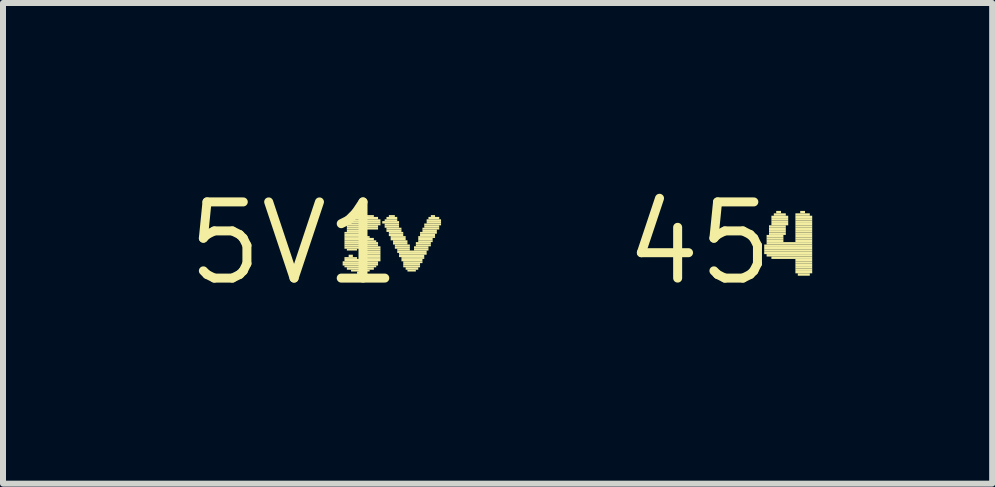
<source format=kicad_pcb>
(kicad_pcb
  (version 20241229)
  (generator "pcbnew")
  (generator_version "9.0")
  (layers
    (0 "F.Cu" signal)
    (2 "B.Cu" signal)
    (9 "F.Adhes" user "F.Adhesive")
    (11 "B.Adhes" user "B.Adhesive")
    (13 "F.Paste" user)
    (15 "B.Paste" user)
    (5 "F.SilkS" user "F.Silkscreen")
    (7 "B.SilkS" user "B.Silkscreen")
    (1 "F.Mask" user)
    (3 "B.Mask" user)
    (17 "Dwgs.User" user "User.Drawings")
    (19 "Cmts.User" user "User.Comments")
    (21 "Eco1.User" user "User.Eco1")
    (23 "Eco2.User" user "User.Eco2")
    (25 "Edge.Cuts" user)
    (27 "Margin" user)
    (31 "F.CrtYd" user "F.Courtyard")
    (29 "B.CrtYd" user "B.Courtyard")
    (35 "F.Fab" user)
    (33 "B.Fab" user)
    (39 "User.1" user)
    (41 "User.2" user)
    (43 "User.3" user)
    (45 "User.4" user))
  (footprint "5V1"
    (layer "F.Cu")
    (at 1.852 1.006)
    (property "Reference" "5V1" (at 0 0 0) (layer "F.SilkS") (effects (font (size 1.27 1.27) (thickness 0.15))))
    (attr through_hole)
    (fp_poly (pts (xy 0.81 0.33) (xy 1.4 0.33) (xy 1.4 0.3) (xy 0.81 0.3)) (stroke (width 0) (type solid)) (fill yes) (layer "F.SilkS"))
    (fp_poly (pts (xy 0.81 0.37) (xy 1.4 0.37) (xy 1.4 0.33) (xy 0.81 0.33)) (stroke (width 0) (type solid)) (fill yes) (layer "F.SilkS"))
    (fp_poly (pts (xy 0.84 -0.16) (xy 1.09 -0.16) (xy 1.09 -0.19) (xy 0.84 -0.19)) (stroke (width 0) (type solid)) (fill yes) (layer "F.SilkS"))
    (fp_poly (pts (xy 0.84 -0.12) (xy 1.16 -0.12) (xy 1.16 -0.16) (xy 0.84 -0.16)) (stroke (width 0) (type solid)) (fill yes) (layer "F.SilkS"))
    (fp_poly (pts (xy 0.84 -0.09) (xy 1.26 -0.09) (xy 1.26 -0.12) (xy 0.84 -0.12)) (stroke (width 0) (type solid)) (fill yes) (layer "F.SilkS"))
    (fp_poly (pts (xy 0.84 -0.05) (xy 1.33 -0.05) (xy 1.33 -0.09) (xy 0.84 -0.09)) (stroke (width 0) (type solid)) (fill yes) (layer "F.SilkS"))
    (fp_poly (pts (xy 0.84 -0.02) (xy 1.37 -0.02) (xy 1.37 -0.05) (xy 0.84 -0.05)) (stroke (width 0) (type solid)) (fill yes) (layer "F.SilkS"))
    (fp_poly (pts (xy 0.84 0.02) (xy 1.4 0.02) (xy 1.4 -0.02) (xy 0.84 -0.02)) (stroke (width 0) (type solid)) (fill yes) (layer "F.SilkS"))
    (fp_poly (pts (xy 0.84 0.05) (xy 1.4 0.05) (xy 1.4 0.02) (xy 0.84 0.02)) (stroke (width 0) (type solid)) (fill yes) (layer "F.SilkS"))
    (fp_poly (pts (xy 0.84 0.09) (xy 1.44 0.09) (xy 1.44 0.05) (xy 0.84 0.05)) (stroke (width 0) (type solid)) (fill yes) (layer "F.SilkS"))
    (fp_poly (pts (xy 0.84 0.26) (xy 1.05 0.26) (xy 1.05 0.23) (xy 0.84 0.23)) (stroke (width 0) (type solid)) (fill yes) (layer "F.SilkS"))
    (fp_poly (pts (xy 0.84 0.3) (xy 1.44 0.3) (xy 1.44 0.26) (xy 0.84 0.26)) (stroke (width 0) (type solid)) (fill yes) (layer "F.SilkS"))
    (fp_poly (pts (xy 0.84 0.4) (xy 1.37 0.4) (xy 1.37 0.37) (xy 0.84 0.37)) (stroke (width 0) (type solid)) (fill yes) (layer "F.SilkS"))
    (fp_poly (pts (xy 0.88 -0.37) (xy 1.44 -0.37) (xy 1.44 -0.4) (xy 0.88 -0.4)) (stroke (width 0) (type solid)) (fill yes) (layer "F.SilkS"))
    (fp_poly (pts (xy 0.88 -0.33) (xy 1.44 -0.33) (xy 1.44 -0.37) (xy 0.88 -0.37)) (stroke (width 0) (type solid)) (fill yes) (layer "F.SilkS"))
    (fp_poly (pts (xy 0.88 -0.3) (xy 1.44 -0.3) (xy 1.44 -0.33) (xy 0.88 -0.33)) (stroke (width 0) (type solid)) (fill yes) (layer "F.SilkS"))
    (fp_poly (pts (xy 0.88 -0.26) (xy 1.4 -0.26) (xy 1.4 -0.3) (xy 0.88 -0.3)) (stroke (width 0) (type solid)) (fill yes) (layer "F.SilkS"))
    (fp_poly (pts (xy 0.88 -0.23) (xy 1.4 -0.23) (xy 1.4 -0.26) (xy 0.88 -0.26)) (stroke (width 0) (type solid)) (fill yes) (layer "F.SilkS"))
    (fp_poly (pts (xy 0.88 -0.19) (xy 1.09 -0.19) (xy 1.09 -0.23) (xy 0.88 -0.23)) (stroke (width 0) (type solid)) (fill yes) (layer "F.SilkS"))
    (fp_poly (pts (xy 0.88 0.12) (xy 1.05 0.12) (xy 1.05 0.09) (xy 0.88 0.09)) (stroke (width 0) (type solid)) (fill yes) (layer "F.SilkS"))
    (fp_poly (pts (xy 0.88 0.44) (xy 1.33 0.44) (xy 1.33 0.4) (xy 0.88 0.4)) (stroke (width 0) (type solid)) (fill yes) (layer "F.SilkS"))
    (fp_poly (pts (xy 0.91 -0.4) (xy 1.4 -0.4) (xy 1.4 -0.44) (xy 0.91 -0.44)) (stroke (width 0) (type solid)) (fill yes) (layer "F.SilkS"))
    (fp_poly (pts (xy 0.91 0.23) (xy 0.98 0.23) (xy 0.98 0.19) (xy 0.91 0.19)) (stroke (width 0) (type solid)) (fill yes) (layer "F.SilkS"))
    (fp_poly (pts (xy 0.95 0.47) (xy 1.26 0.47) (xy 1.26 0.44) (xy 0.95 0.44)) (stroke (width 0) (type solid)) (fill yes) (layer "F.SilkS"))
    (fp_poly (pts (xy 0.98 -0.44) (xy 1.33 -0.44) (xy 1.33 -0.47) (xy 0.98 -0.47)) (stroke (width 0) (type solid)) (fill yes) (layer "F.SilkS"))
    (fp_poly (pts (xy 1.05 0.51) (xy 1.19 0.51) (xy 1.19 0.47) (xy 1.05 0.47)) (stroke (width 0) (type solid)) (fill yes) (layer "F.SilkS"))
    (fp_poly (pts (xy 1.16 0.12) (xy 1.44 0.12) (xy 1.44 0.09) (xy 1.16 0.09)) (stroke (width 0) (type solid)) (fill yes) (layer "F.SilkS"))
    (fp_poly (pts (xy 1.16 0.26) (xy 1.44 0.26) (xy 1.44 0.23) (xy 1.16 0.23)) (stroke (width 0) (type solid)) (fill yes) (layer "F.SilkS"))
    (fp_poly (pts (xy 1.19 0.16) (xy 1.44 0.16) (xy 1.44 0.12) (xy 1.19 0.12)) (stroke (width 0) (type solid)) (fill yes) (layer "F.SilkS"))
    (fp_poly (pts (xy 1.19 0.19) (xy 1.44 0.19) (xy 1.44 0.16) (xy 1.19 0.16)) (stroke (width 0) (type solid)) (fill yes) (layer "F.SilkS"))
    (fp_poly (pts (xy 1.19 0.23) (xy 1.44 0.23) (xy 1.44 0.19) (xy 1.19 0.19)) (stroke (width 0) (type solid)) (fill yes) (layer "F.SilkS"))
    (fp_poly (pts (xy 1.47 -0.33) (xy 1.75 -0.33) (xy 1.75 -0.37) (xy 1.47 -0.37)) (stroke (width 0) (type solid)) (fill yes) (layer "F.SilkS"))
    (fp_poly (pts (xy 1.51 -0.37) (xy 1.72 -0.37) (xy 1.72 -0.4) (xy 1.51 -0.4)) (stroke (width 0) (type solid)) (fill yes) (layer "F.SilkS"))
    (fp_poly (pts (xy 1.51 -0.3) (xy 1.75 -0.3) (xy 1.75 -0.33) (xy 1.51 -0.33)) (stroke (width 0) (type solid)) (fill yes) (layer "F.SilkS"))
    (fp_poly (pts (xy 1.51 -0.26) (xy 1.75 -0.26) (xy 1.75 -0.3) (xy 1.51 -0.3)) (stroke (width 0) (type solid)) (fill yes) (layer "F.SilkS"))
    (fp_poly (pts (xy 1.54 -0.4) (xy 1.72 -0.4) (xy 1.72 -0.44) (xy 1.54 -0.44)) (stroke (width 0) (type solid)) (fill yes) (layer "F.SilkS"))
    (fp_poly (pts (xy 1.54 -0.23) (xy 1.79 -0.23) (xy 1.79 -0.26) (xy 1.54 -0.26)) (stroke (width 0) (type solid)) (fill yes) (layer "F.SilkS"))
    (fp_poly (pts (xy 1.54 -0.19) (xy 1.79 -0.19) (xy 1.79 -0.23) (xy 1.54 -0.23)) (stroke (width 0) (type solid)) (fill yes) (layer "F.SilkS"))
    (fp_poly (pts (xy 1.58 -0.44) (xy 1.68 -0.44) (xy 1.68 -0.47) (xy 1.58 -0.47)) (stroke (width 0) (type solid)) (fill yes) (layer "F.SilkS"))
    (fp_poly (pts (xy 1.58 -0.16) (xy 1.82 -0.16) (xy 1.82 -0.19) (xy 1.58 -0.19)) (stroke (width 0) (type solid)) (fill yes) (layer "F.SilkS"))
    (fp_poly (pts (xy 1.58 -0.12) (xy 1.82 -0.12) (xy 1.82 -0.16) (xy 1.58 -0.16)) (stroke (width 0) (type solid)) (fill yes) (layer "F.SilkS"))
    (fp_poly (pts (xy 1.61 -0.09) (xy 1.86 -0.09) (xy 1.86 -0.12) (xy 1.61 -0.12)) (stroke (width 0) (type solid)) (fill yes) (layer "F.SilkS"))
    (fp_poly (pts (xy 1.61 -0.05) (xy 1.86 -0.05) (xy 1.86 -0.09) (xy 1.61 -0.09)) (stroke (width 0) (type solid)) (fill yes) (layer "F.SilkS"))
    (fp_poly (pts (xy 1.65 -0.02) (xy 1.89 -0.02) (xy 1.89 -0.05) (xy 1.65 -0.05)) (stroke (width 0) (type solid)) (fill yes) (layer "F.SilkS"))
    (fp_poly (pts (xy 1.65 0.02) (xy 1.89 0.02) (xy 1.89 -0.02) (xy 1.65 -0.02)) (stroke (width 0) (type solid)) (fill yes) (layer "F.SilkS"))
    (fp_poly (pts (xy 1.68 0.05) (xy 1.93 0.05) (xy 1.93 0.02) (xy 1.68 0.02)) (stroke (width 0) (type solid)) (fill yes) (layer "F.SilkS"))
    (fp_poly (pts (xy 1.68 0.09) (xy 1.93 0.09) (xy 1.93 0.05) (xy 1.68 0.05)) (stroke (width 0) (type solid)) (fill yes) (layer "F.SilkS"))
    (fp_poly (pts (xy 1.72 0.12) (xy 1.93 0.12) (xy 1.93 0.09) (xy 1.72 0.09)) (stroke (width 0) (type solid)) (fill yes) (layer "F.SilkS"))
    (fp_poly (pts (xy 1.72 0.16) (xy 2.21 0.16) (xy 2.21 0.12) (xy 1.72 0.12)) (stroke (width 0) (type solid)) (fill yes) (layer "F.SilkS"))
    (fp_poly (pts (xy 1.75 0.19) (xy 2.21 0.19) (xy 2.21 0.16) (xy 1.75 0.16)) (stroke (width 0) (type solid)) (fill yes) (layer "F.SilkS"))
    (fp_poly (pts (xy 1.75 0.23) (xy 2.17 0.23) (xy 2.17 0.19) (xy 1.75 0.19)) (stroke (width 0) (type solid)) (fill yes) (layer "F.SilkS"))
    (fp_poly (pts (xy 1.79 0.26) (xy 2.17 0.26) (xy 2.17 0.23) (xy 1.79 0.23)) (stroke (width 0) (type solid)) (fill yes) (layer "F.SilkS"))
    (fp_poly (pts (xy 1.79 0.3) (xy 2.14 0.3) (xy 2.14 0.26) (xy 1.79 0.26)) (stroke (width 0) (type solid)) (fill yes) (layer "F.SilkS"))
    (fp_poly (pts (xy 1.82 0.33) (xy 2.14 0.33) (xy 2.14 0.3) (xy 1.82 0.3)) (stroke (width 0) (type solid)) (fill yes) (layer "F.SilkS"))
    (fp_poly (pts (xy 1.82 0.37) (xy 2.1 0.37) (xy 2.1 0.33) (xy 1.82 0.33)) (stroke (width 0) (type solid)) (fill yes) (layer "F.SilkS"))
    (fp_poly (pts (xy 1.82 0.4) (xy 2.1 0.4) (xy 2.1 0.37) (xy 1.82 0.37)) (stroke (width 0) (type solid)) (fill yes) (layer "F.SilkS"))
    (fp_poly (pts (xy 1.86 0.44) (xy 2.07 0.44) (xy 2.07 0.4) (xy 1.86 0.4)) (stroke (width 0) (type solid)) (fill yes) (layer "F.SilkS"))
    (fp_poly (pts (xy 1.89 0.47) (xy 2.03 0.47) (xy 2.03 0.44) (xy 1.89 0.44)) (stroke (width 0) (type solid)) (fill yes) (layer "F.SilkS"))
    (fp_poly (pts (xy 2 0.09) (xy 2.24 0.09) (xy 2.24 0.05) (xy 2 0.05)) (stroke (width 0) (type solid)) (fill yes) (layer "F.SilkS"))
    (fp_poly (pts (xy 2 0.12) (xy 2.24 0.12) (xy 2.24 0.09) (xy 2 0.09)) (stroke (width 0) (type solid)) (fill yes) (layer "F.SilkS"))
    (fp_poly (pts (xy 2.03 0.02) (xy 2.28 0.02) (xy 2.28 -0.02) (xy 2.03 -0.02)) (stroke (width 0) (type solid)) (fill yes) (layer "F.SilkS"))
    (fp_poly (pts (xy 2.03 0.05) (xy 2.28 0.05) (xy 2.28 0.02) (xy 2.03 0.02)) (stroke (width 0) (type solid)) (fill yes) (layer "F.SilkS"))
    (fp_poly (pts (xy 2.07 -0.09) (xy 2.35 -0.09) (xy 2.35 -0.12) (xy 2.07 -0.12)) (stroke (width 0) (type solid)) (fill yes) (layer "F.SilkS"))
    (fp_poly (pts (xy 2.07 -0.05) (xy 2.31 -0.05) (xy 2.31 -0.09) (xy 2.07 -0.09)) (stroke (width 0) (type solid)) (fill yes) (layer "F.SilkS"))
    (fp_poly (pts (xy 2.07 -0.02) (xy 2.31 -0.02) (xy 2.31 -0.05) (xy 2.07 -0.05)) (stroke (width 0) (type solid)) (fill yes) (layer "F.SilkS"))
    (fp_poly (pts (xy 2.1 -0.16) (xy 2.38 -0.16) (xy 2.38 -0.19) (xy 2.1 -0.19)) (stroke (width 0) (type solid)) (fill yes) (layer "F.SilkS"))
    (fp_poly (pts (xy 2.1 -0.12) (xy 2.35 -0.12) (xy 2.35 -0.16) (xy 2.1 -0.16)) (stroke (width 0) (type solid)) (fill yes) (layer "F.SilkS"))
    (fp_poly (pts (xy 2.14 -0.23) (xy 2.42 -0.23) (xy 2.42 -0.26) (xy 2.14 -0.26)) (stroke (width 0) (type solid)) (fill yes) (layer "F.SilkS"))
    (fp_poly (pts (xy 2.14 -0.19) (xy 2.38 -0.19) (xy 2.38 -0.23) (xy 2.14 -0.23)) (stroke (width 0) (type solid)) (fill yes) (layer "F.SilkS"))
    (fp_poly (pts (xy 2.17 -0.3) (xy 2.45 -0.3) (xy 2.45 -0.33) (xy 2.17 -0.33)) (stroke (width 0) (type solid)) (fill yes) (layer "F.SilkS"))
    (fp_poly (pts (xy 2.17 -0.26) (xy 2.42 -0.26) (xy 2.42 -0.3) (xy 2.17 -0.3)) (stroke (width 0) (type solid)) (fill yes) (layer "F.SilkS"))
    (fp_poly (pts (xy 2.21 -0.37) (xy 2.45 -0.37) (xy 2.45 -0.4) (xy 2.21 -0.4)) (stroke (width 0) (type solid)) (fill yes) (layer "F.SilkS"))
    (fp_poly (pts (xy 2.21 -0.33) (xy 2.45 -0.33) (xy 2.45 -0.37) (xy 2.21 -0.37)) (stroke (width 0) (type solid)) (fill yes) (layer "F.SilkS"))
    (fp_poly (pts (xy 2.24 -0.4) (xy 2.42 -0.4) (xy 2.42 -0.44) (xy 2.24 -0.44)) (stroke (width 0) (type solid)) (fill yes) (layer "F.SilkS"))
    (fp_poly (pts (xy 2.28 -0.44) (xy 2.35 -0.44) (xy 2.35 -0.47) (xy 2.28 -0.47)) (stroke (width 0) (type solid)) (fill yes) (layer "F.SilkS")))
  (footprint "45"
    (layer "F.Cu")
    (at 8.609 1.006)
    (property "Reference" "45" (at 0 0 0) (layer "F.SilkS") (effects (font (size 1.27 1.27) (thickness 0.15))))
    (attr through_hole)
    (fp_poly (pts (xy 1.08 0.06) (xy 1.88 0.06) (xy 1.88 0.02) (xy 1.08 0.02)) (stroke (width 0) (type solid)) (fill yes) (layer "F.SilkS"))
    (fp_poly (pts (xy 1.08 0.1) (xy 1.88 0.1) (xy 1.88 0.06) (xy 1.08 0.06)) (stroke (width 0) (type solid)) (fill yes) (layer "F.SilkS"))
    (fp_poly (pts (xy 1.08 0.14) (xy 1.88 0.14) (xy 1.88 0.1) (xy 1.08 0.1)) (stroke (width 0) (type solid)) (fill yes) (layer "F.SilkS"))
    (fp_poly (pts (xy 1.08 0.18) (xy 1.88 0.18) (xy 1.88 0.14) (xy 1.08 0.14)) (stroke (width 0) (type solid)) (fill yes) (layer "F.SilkS"))
    (fp_poly (pts (xy 1.12 -0.1) (xy 1.4 -0.1) (xy 1.4 -0.14) (xy 1.12 -0.14)) (stroke (width 0) (type solid)) (fill yes) (layer "F.SilkS"))
    (fp_poly (pts (xy 1.12 -0.06) (xy 1.4 -0.06) (xy 1.4 -0.1) (xy 1.12 -0.1)) (stroke (width 0) (type solid)) (fill yes) (layer "F.SilkS"))
    (fp_poly (pts (xy 1.12 -0.02) (xy 1.4 -0.02) (xy 1.4 -0.06) (xy 1.12 -0.06)) (stroke (width 0) (type solid)) (fill yes) (layer "F.SilkS"))
    (fp_poly (pts (xy 1.12 0.02) (xy 1.88 0.02) (xy 1.88 -0.02) (xy 1.12 -0.02)) (stroke (width 0) (type solid)) (fill yes) (layer "F.SilkS"))
    (fp_poly (pts (xy 1.12 0.22) (xy 1.88 0.22) (xy 1.88 0.18) (xy 1.12 0.18)) (stroke (width 0) (type solid)) (fill yes) (layer "F.SilkS"))
    (fp_poly (pts (xy 1.16 -0.26) (xy 1.44 -0.26) (xy 1.44 -0.3) (xy 1.16 -0.3)) (stroke (width 0) (type solid)) (fill yes) (layer "F.SilkS"))
    (fp_poly (pts (xy 1.16 -0.22) (xy 1.44 -0.22) (xy 1.44 -0.26) (xy 1.16 -0.26)) (stroke (width 0) (type solid)) (fill yes) (layer "F.SilkS"))
    (fp_poly (pts (xy 1.16 -0.18) (xy 1.44 -0.18) (xy 1.44 -0.22) (xy 1.16 -0.22)) (stroke (width 0) (type solid)) (fill yes) (layer "F.SilkS"))
    (fp_poly (pts (xy 1.16 -0.14) (xy 1.44 -0.14) (xy 1.44 -0.18) (xy 1.16 -0.18)) (stroke (width 0) (type solid)) (fill yes) (layer "F.SilkS"))
    (fp_poly (pts (xy 1.2 -0.42) (xy 1.48 -0.42) (xy 1.48 -0.46) (xy 1.2 -0.46)) (stroke (width 0) (type solid)) (fill yes) (layer "F.SilkS"))
    (fp_poly (pts (xy 1.2 -0.38) (xy 1.48 -0.38) (xy 1.48 -0.42) (xy 1.2 -0.42)) (stroke (width 0) (type solid)) (fill yes) (layer "F.SilkS"))
    (fp_poly (pts (xy 1.2 -0.34) (xy 1.48 -0.34) (xy 1.48 -0.38) (xy 1.2 -0.38)) (stroke (width 0) (type solid)) (fill yes) (layer "F.SilkS"))
    (fp_poly (pts (xy 1.2 -0.3) (xy 1.48 -0.3) (xy 1.48 -0.34) (xy 1.2 -0.34)) (stroke (width 0) (type solid)) (fill yes) (layer "F.SilkS"))
    (fp_poly (pts (xy 1.2 0.26) (xy 1.88 0.26) (xy 1.88 0.22) (xy 1.2 0.22)) (stroke (width 0) (type solid)) (fill yes) (layer "F.SilkS"))
    (fp_poly (pts (xy 1.24 -0.46) (xy 1.44 -0.46) (xy 1.44 -0.5) (xy 1.24 -0.5)) (stroke (width 0) (type solid)) (fill yes) (layer "F.SilkS"))
    (fp_poly (pts (xy 1.28 -0.5) (xy 1.36 -0.5) (xy 1.36 -0.54) (xy 1.28 -0.54)) (stroke (width 0) (type solid)) (fill yes) (layer "F.SilkS"))
    (fp_poly (pts (xy 1.6 -0.46) (xy 1.84 -0.46) (xy 1.84 -0.5) (xy 1.6 -0.5)) (stroke (width 0) (type solid)) (fill yes) (layer "F.SilkS"))
    (fp_poly (pts (xy 1.6 -0.42) (xy 1.88 -0.42) (xy 1.88 -0.46) (xy 1.6 -0.46)) (stroke (width 0) (type solid)) (fill yes) (layer "F.SilkS"))
    (fp_poly (pts (xy 1.6 -0.38) (xy 1.88 -0.38) (xy 1.88 -0.42) (xy 1.6 -0.42)) (stroke (width 0) (type solid)) (fill yes) (layer "F.SilkS"))
    (fp_poly (pts (xy 1.6 -0.34) (xy 1.88 -0.34) (xy 1.88 -0.38) (xy 1.6 -0.38)) (stroke (width 0) (type solid)) (fill yes) (layer "F.SilkS"))
    (fp_poly (pts (xy 1.6 -0.3) (xy 1.88 -0.3) (xy 1.88 -0.34) (xy 1.6 -0.34)) (stroke (width 0) (type solid)) (fill yes) (layer "F.SilkS"))
    (fp_poly (pts (xy 1.6 -0.26) (xy 1.88 -0.26) (xy 1.88 -0.3) (xy 1.6 -0.3)) (stroke (width 0) (type solid)) (fill yes) (layer "F.SilkS"))
    (fp_poly (pts (xy 1.6 -0.22) (xy 1.88 -0.22) (xy 1.88 -0.26) (xy 1.6 -0.26)) (stroke (width 0) (type solid)) (fill yes) (layer "F.SilkS"))
    (fp_poly (pts (xy 1.6 -0.18) (xy 1.88 -0.18) (xy 1.88 -0.22) (xy 1.6 -0.22)) (stroke (width 0) (type solid)) (fill yes) (layer "F.SilkS"))
    (fp_poly (pts (xy 1.6 -0.14) (xy 1.88 -0.14) (xy 1.88 -0.18) (xy 1.6 -0.18)) (stroke (width 0) (type solid)) (fill yes) (layer "F.SilkS"))
    (fp_poly (pts (xy 1.6 -0.1) (xy 1.88 -0.1) (xy 1.88 -0.14) (xy 1.6 -0.14)) (stroke (width 0) (type solid)) (fill yes) (layer "F.SilkS"))
    (fp_poly (pts (xy 1.6 -0.06) (xy 1.88 -0.06) (xy 1.88 -0.1) (xy 1.6 -0.1)) (stroke (width 0) (type solid)) (fill yes) (layer "F.SilkS"))
    (fp_poly (pts (xy 1.6 -0.02) (xy 1.88 -0.02) (xy 1.88 -0.06) (xy 1.6 -0.06)) (stroke (width 0) (type solid)) (fill yes) (layer "F.SilkS"))
    (fp_poly (pts (xy 1.6 0.3) (xy 1.88 0.3) (xy 1.88 0.26) (xy 1.6 0.26)) (stroke (width 0) (type solid)) (fill yes) (layer "F.SilkS"))
    (fp_poly (pts (xy 1.6 0.34) (xy 1.88 0.34) (xy 1.88 0.3) (xy 1.6 0.3)) (stroke (width 0) (type solid)) (fill yes) (layer "F.SilkS"))
    (fp_poly (pts (xy 1.6 0.38) (xy 1.88 0.38) (xy 1.88 0.34) (xy 1.6 0.34)) (stroke (width 0) (type solid)) (fill yes) (layer "F.SilkS"))
    (fp_poly (pts (xy 1.6 0.42) (xy 1.88 0.42) (xy 1.88 0.38) (xy 1.6 0.38)) (stroke (width 0) (type solid)) (fill yes) (layer "F.SilkS"))
    (fp_poly (pts (xy 1.6 0.46) (xy 1.88 0.46) (xy 1.88 0.42) (xy 1.6 0.42)) (stroke (width 0) (type solid)) (fill yes) (layer "F.SilkS"))
    (fp_poly (pts (xy 1.6 0.5) (xy 1.88 0.5) (xy 1.88 0.46) (xy 1.6 0.46)) (stroke (width 0) (type solid)) (fill yes) (layer "F.SilkS"))
    (fp_poly (pts (xy 1.64 0.54) (xy 1.84 0.54) (xy 1.84 0.5) (xy 1.64 0.5)) (stroke (width 0) (type solid)) (fill yes) (layer "F.SilkS"))
    (fp_poly (pts (xy 1.68 -0.5) (xy 1.76 -0.5) (xy 1.76 -0.54) (xy 1.68 -0.54)) (stroke (width 0) (type solid)) (fill yes) (layer "F.SilkS")))
  (gr_rect
    (start -3 -3)
    (end 13.489 5.012)
    (stroke (width 0.1) (type default))
    (fill no)
    (layer "Edge.Cuts")))
</source>
